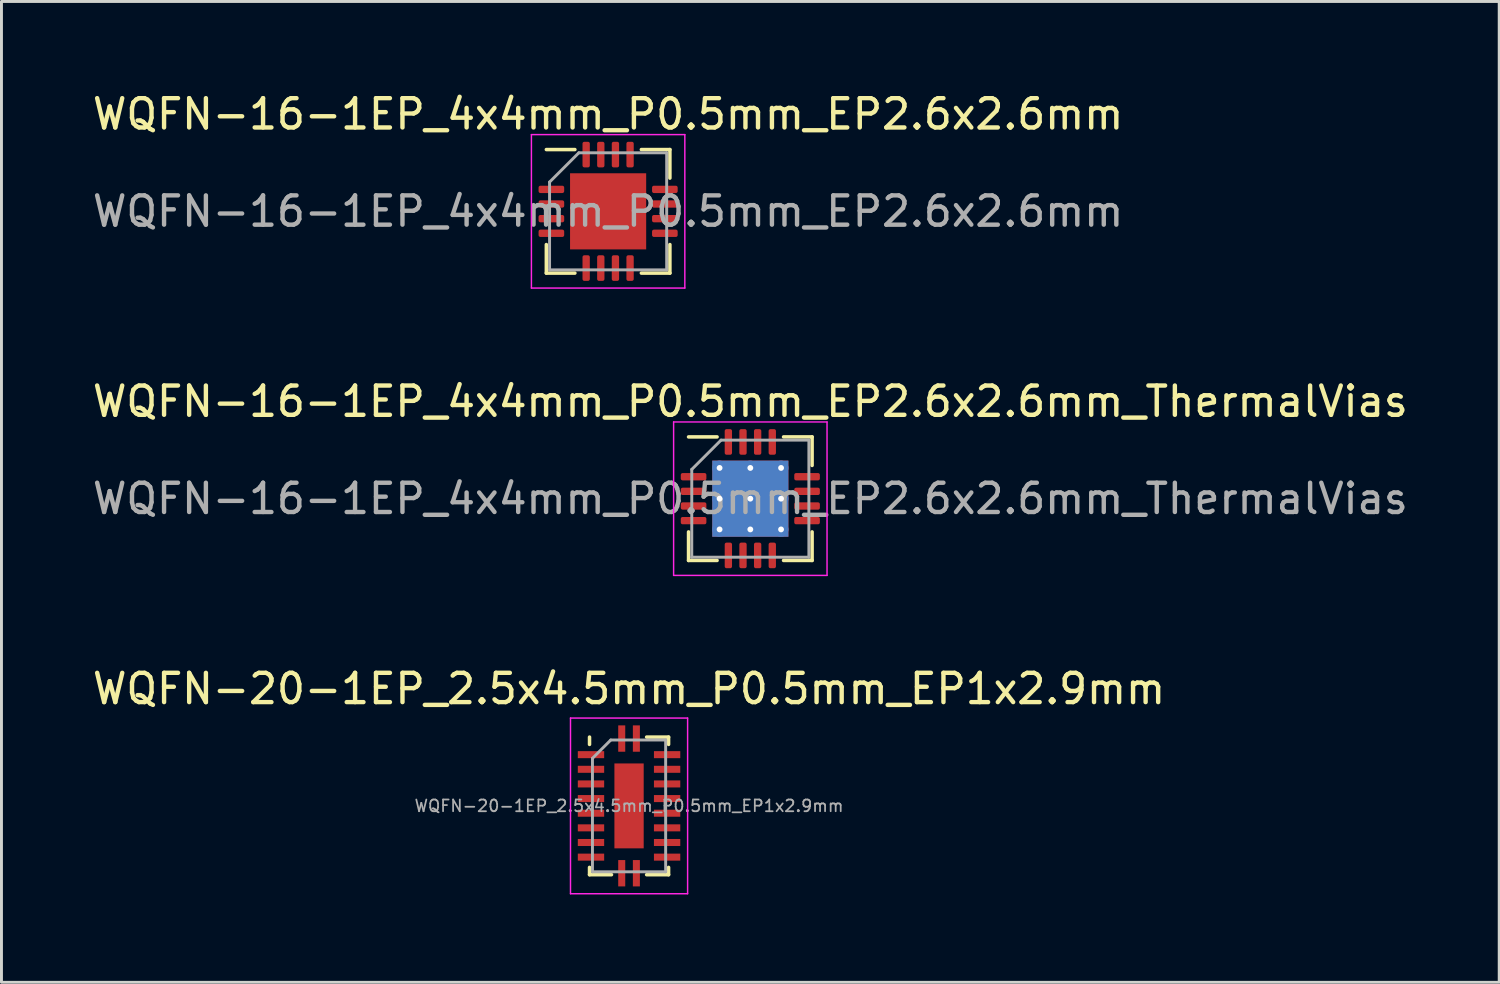
<source format=kicad_pcb>
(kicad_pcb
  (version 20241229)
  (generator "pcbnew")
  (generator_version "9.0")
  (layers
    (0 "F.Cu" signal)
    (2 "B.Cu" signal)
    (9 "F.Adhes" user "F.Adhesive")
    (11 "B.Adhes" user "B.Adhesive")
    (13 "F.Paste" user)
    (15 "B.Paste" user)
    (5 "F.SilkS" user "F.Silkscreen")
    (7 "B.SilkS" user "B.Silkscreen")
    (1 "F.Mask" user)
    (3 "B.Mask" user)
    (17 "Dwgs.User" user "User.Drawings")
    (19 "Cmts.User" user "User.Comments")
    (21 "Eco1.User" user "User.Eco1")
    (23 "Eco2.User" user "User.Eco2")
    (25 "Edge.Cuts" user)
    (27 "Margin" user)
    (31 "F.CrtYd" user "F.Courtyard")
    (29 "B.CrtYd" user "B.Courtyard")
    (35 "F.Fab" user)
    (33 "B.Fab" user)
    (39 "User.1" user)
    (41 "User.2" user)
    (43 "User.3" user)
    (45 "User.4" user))
  (footprint "WQFN-20-1EP_2.5x4.5mm_P0.5mm_EP1x2.9mm"
    (layer "F.Cu")
    (at 18.435 24.475)
    (property "Reference" "WQFN-20-1EP_2.5x4.5mm_P0.5mm_EP1x2.9mm" (at 0 -4 0) (layer "F.SilkS") (effects (font (size 1 1) (thickness 0.15))))
    (attr smd)
    (fp_line (start -1.35 -2.35) (end -1.35 -2.1) (stroke (width 0.12) (type solid)) (layer "F.SilkS"))
    (fp_line (start -1.35 2.35) (end -1.35 2.1) (stroke (width 0.12) (type solid)) (layer "F.SilkS"))
    (fp_line (start -0.6 2.35) (end -1.35 2.35) (stroke (width 0.12) (type solid)) (layer "F.SilkS"))
    (fp_line (start 0.6 -2.35) (end 1.35 -2.35) (stroke (width 0.12) (type solid)) (layer "F.SilkS"))
    (fp_line (start 0.6 2.35) (end 1.35 2.35) (stroke (width 0.12) (type solid)) (layer "F.SilkS"))
    (fp_line (start 1.35 -2.35) (end 1.35 -2.1) (stroke (width 0.12) (type solid)) (layer "F.SilkS"))
    (fp_line (start 1.35 2.35) (end 1.35 2.1) (stroke (width 0.12) (type solid)) (layer "F.SilkS"))
    (fp_line (start -2 -3) (end -2 3) (stroke (width 0.05) (type solid)) (layer "F.CrtYd"))
    (fp_line (start -2 -3) (end 2 -3) (stroke (width 0.05) (type solid)) (layer "F.CrtYd"))
    (fp_line (start -2 3) (end 2 3) (stroke (width 0.05) (type solid)) (layer "F.CrtYd"))
    (fp_line (start 2 -3) (end 2 3) (stroke (width 0.05) (type solid)) (layer "F.CrtYd"))
    (fp_line (start -1.25 -1.625) (end -1.25 2.25) (stroke (width 0.1) (type solid)) (layer "F.Fab"))
    (fp_line (start -1.25 -1.625) (end -0.625 -2.25) (stroke (width 0.1) (type solid)) (layer "F.Fab"))
    (fp_line (start -1.25 2.25) (end 1.25 2.25) (stroke (width 0.1) (type solid)) (layer "F.Fab"))
    (fp_line (start 1.25 -2.25) (end -0.625 -2.25) (stroke (width 0.1) (type solid)) (layer "F.Fab"))
    (fp_line (start 1.25 -2.25) (end 1.25 2.25) (stroke (width 0.1) (type solid)) (layer "F.Fab"))
    (fp_text user "${REFERENCE}" (at 0 0 0) (layer "F.Fab") (effects (font (size 0.4 0.4) (thickness 0.06))))
    (pad "" smd rect (at 0 -0.95 270) (size 0.8 0.8) (layers "F.Paste"))
    (pad "" smd rect (at 0 0 270) (size 0.8 0.8) (layers "F.Paste"))
    (pad "" smd rect (at 0 0.95 270) (size 0.8 0.8) (layers "F.Paste"))
    (pad "1" smd rect (at -0.25 -2.3 270) (size 0.9 0.24) (layers "F.Cu" "F.Mask" "F.Paste"))
    (pad "2" smd rect (at -1.3 -1.75) (size 0.9 0.24) (layers "F.Cu" "F.Mask" "F.Paste"))
    (pad "3" smd rect (at -1.3 -1.25) (size 0.9 0.24) (layers "F.Cu" "F.Mask" "F.Paste"))
    (pad "4" smd rect (at -1.3 -0.75) (size 0.9 0.24) (layers "F.Cu" "F.Mask" "F.Paste"))
    (pad "5" smd rect (at -1.3 -0.25) (size 0.9 0.24) (layers "F.Cu" "F.Mask" "F.Paste"))
    (pad "6" smd rect (at -1.3 0.25) (size 0.9 0.24) (layers "F.Cu" "F.Mask" "F.Paste"))
    (pad "7" smd rect (at -1.3 0.75) (size 0.9 0.24) (layers "F.Cu" "F.Mask" "F.Paste"))
    (pad "8" smd rect (at -1.3 1.25) (size 0.9 0.24) (layers "F.Cu" "F.Mask" "F.Paste"))
    (pad "9" smd rect (at -1.3 1.75) (size 0.9 0.24) (layers "F.Cu" "F.Mask" "F.Paste"))
    (pad "10" smd rect (at -0.25 2.3 270) (size 0.9 0.24) (layers "F.Cu" "F.Mask" "F.Paste"))
    (pad "11" smd rect (at 0.25 2.3 270) (size 0.9 0.24) (layers "F.Cu" "F.Mask" "F.Paste"))
    (pad "12" smd rect (at 1.3 1.75) (size 0.9 0.24) (layers "F.Cu" "F.Mask" "F.Paste"))
    (pad "13" smd rect (at 1.3 1.25) (size 0.9 0.24) (layers "F.Cu" "F.Mask" "F.Paste"))
    (pad "14" smd rect (at 1.3 0.75) (size 0.9 0.24) (layers "F.Cu" "F.Mask" "F.Paste"))
    (pad "15" smd rect (at 1.3 0.25) (size 0.9 0.24) (layers "F.Cu" "F.Mask" "F.Paste"))
    (pad "16" smd rect (at 1.3 -0.25) (size 0.9 0.24) (layers "F.Cu" "F.Mask" "F.Paste"))
    (pad "17" smd rect (at 1.3 -0.75) (size 0.9 0.24) (layers "F.Cu" "F.Mask" "F.Paste"))
    (pad "18" smd rect (at 1.3 -1.25) (size 0.9 0.24) (layers "F.Cu" "F.Mask" "F.Paste"))
    (pad "19" smd rect (at 1.3 -1.75) (size 0.9 0.24) (layers "F.Cu" "F.Mask" "F.Paste"))
    (pad "20" smd rect (at 0.25 -2.3 270) (size 0.9 0.24) (layers "F.Cu" "F.Mask" "F.Paste"))
    (pad "21" smd rect (at 0 0 270) (size 2.9 1) (layers "F.Cu" "F.Mask")))
  (footprint "WQFN-16-1EP_4x4mm_P0.5mm_EP2.6x2.6mm"
    (layer "F.Cu")
    (at 17.72 4.168)
    (property "Reference" "WQFN-16-1EP_4x4mm_P0.5mm_EP2.6x2.6mm" (at 0 -3.32 0) (layer "F.SilkS") (effects (font (size 1 1) (thickness 0.15))))
    (attr smd)
    (fp_line (start -2.11 2.11) (end -2.11 1.135) (stroke (width 0.12) (type solid)) (layer "F.SilkS"))
    (fp_line (start -1.135 -2.11) (end -2.11 -2.11) (stroke (width 0.12) (type solid)) (layer "F.SilkS"))
    (fp_line (start -1.135 2.11) (end -2.11 2.11) (stroke (width 0.12) (type solid)) (layer "F.SilkS"))
    (fp_line (start 1.135 -2.11) (end 2.11 -2.11) (stroke (width 0.12) (type solid)) (layer "F.SilkS"))
    (fp_line (start 1.135 2.11) (end 2.11 2.11) (stroke (width 0.12) (type solid)) (layer "F.SilkS"))
    (fp_line (start 2.11 -2.11) (end 2.11 -1.135) (stroke (width 0.12) (type solid)) (layer "F.SilkS"))
    (fp_line (start 2.11 2.11) (end 2.11 1.135) (stroke (width 0.12) (type solid)) (layer "F.SilkS"))
    (fp_line (start -2.62 -2.62) (end -2.62 2.62) (stroke (width 0.05) (type solid)) (layer "F.CrtYd"))
    (fp_line (start -2.62 2.62) (end 2.62 2.62) (stroke (width 0.05) (type solid)) (layer "F.CrtYd"))
    (fp_line (start 2.62 -2.62) (end -2.62 -2.62) (stroke (width 0.05) (type solid)) (layer "F.CrtYd"))
    (fp_line (start 2.62 2.62) (end 2.62 -2.62) (stroke (width 0.05) (type solid)) (layer "F.CrtYd"))
    (fp_line (start -2 -1) (end -1 -2) (stroke (width 0.1) (type solid)) (layer "F.Fab"))
    (fp_line (start -2 2) (end -2 -1) (stroke (width 0.1) (type solid)) (layer "F.Fab"))
    (fp_line (start -1 -2) (end 2 -2) (stroke (width 0.1) (type solid)) (layer "F.Fab"))
    (fp_line (start 2 -2) (end 2 2) (stroke (width 0.1) (type solid)) (layer "F.Fab"))
    (fp_line (start 2 2) (end -2 2) (stroke (width 0.1) (type solid)) (layer "F.Fab"))
    (fp_text user "${REFERENCE}" (at 0 0 0) (layer "F.Fab") (effects (font (size 1 1) (thickness 0.15))))
    (pad "" smd roundrect (at -0.65 -0.65) (size 1.05 1.05) (layers "F.Paste") (roundrect_rratio 0.238))
    (pad "" smd roundrect (at -0.65 0.65) (size 1.05 1.05) (layers "F.Paste") (roundrect_rratio 0.238))
    (pad "" smd roundrect (at 0.65 -0.65) (size 1.05 1.05) (layers "F.Paste") (roundrect_rratio 0.238))
    (pad "" smd roundrect (at 0.65 0.65) (size 1.05 1.05) (layers "F.Paste") (roundrect_rratio 0.238))
    (pad "1" smd roundrect (at -1.938 -0.75) (size 0.875 0.25) (layers "F.Cu" "F.Mask" "F.Paste") (roundrect_rratio 0.25))
    (pad "2" smd roundrect (at -1.938 -0.25) (size 0.875 0.25) (layers "F.Cu" "F.Mask" "F.Paste") (roundrect_rratio 0.25))
    (pad "3" smd roundrect (at -1.938 0.25) (size 0.875 0.25) (layers "F.Cu" "F.Mask" "F.Paste") (roundrect_rratio 0.25))
    (pad "4" smd roundrect (at -1.938 0.75) (size 0.875 0.25) (layers "F.Cu" "F.Mask" "F.Paste") (roundrect_rratio 0.25))
    (pad "5" smd roundrect (at -0.75 1.938) (size 0.25 0.875) (layers "F.Cu" "F.Mask" "F.Paste") (roundrect_rratio 0.25))
    (pad "6" smd roundrect (at -0.25 1.938) (size 0.25 0.875) (layers "F.Cu" "F.Mask" "F.Paste") (roundrect_rratio 0.25))
    (pad "7" smd roundrect (at 0.25 1.938) (size 0.25 0.875) (layers "F.Cu" "F.Mask" "F.Paste") (roundrect_rratio 0.25))
    (pad "8" smd roundrect (at 0.75 1.938) (size 0.25 0.875) (layers "F.Cu" "F.Mask" "F.Paste") (roundrect_rratio 0.25))
    (pad "9" smd roundrect (at 1.938 0.75) (size 0.875 0.25) (layers "F.Cu" "F.Mask" "F.Paste") (roundrect_rratio 0.25))
    (pad "10" smd roundrect (at 1.938 0.25) (size 0.875 0.25) (layers "F.Cu" "F.Mask" "F.Paste") (roundrect_rratio 0.25))
    (pad "11" smd roundrect (at 1.938 -0.25) (size 0.875 0.25) (layers "F.Cu" "F.Mask" "F.Paste") (roundrect_rratio 0.25))
    (pad "12" smd roundrect (at 1.938 -0.75) (size 0.875 0.25) (layers "F.Cu" "F.Mask" "F.Paste") (roundrect_rratio 0.25))
    (pad "13" smd roundrect (at 0.75 -1.938) (size 0.25 0.875) (layers "F.Cu" "F.Mask" "F.Paste") (roundrect_rratio 0.25))
    (pad "14" smd roundrect (at 0.25 -1.938) (size 0.25 0.875) (layers "F.Cu" "F.Mask" "F.Paste") (roundrect_rratio 0.25))
    (pad "15" smd roundrect (at -0.25 -1.938) (size 0.25 0.875) (layers "F.Cu" "F.Mask" "F.Paste") (roundrect_rratio 0.25))
    (pad "16" smd roundrect (at -0.75 -1.938) (size 0.25 0.875) (layers "F.Cu" "F.Mask" "F.Paste") (roundrect_rratio 0.25))
    (pad "17" smd rect (at 0 0) (size 2.6 2.6) (layers "F.Cu" "F.Mask")))
  (footprint "WQFN-16-1EP_4x4mm_P0.5mm_EP2.6x2.6mm_ThermalVias"
    (layer "F.Cu")
    (at 22.577 13.982)
    (property "Reference" "WQFN-16-1EP_4x4mm_P0.5mm_EP2.6x2.6mm_ThermalVias" (at 0 -3.32 0) (layer "F.SilkS") (effects (font (size 1 1) (thickness 0.15))))
    (attr smd)
    (fp_line (start -2.11 2.11) (end -2.11 1.135) (stroke (width 0.12) (type solid)) (layer "F.SilkS"))
    (fp_line (start -1.135 -2.11) (end -2.11 -2.11) (stroke (width 0.12) (type solid)) (layer "F.SilkS"))
    (fp_line (start -1.135 2.11) (end -2.11 2.11) (stroke (width 0.12) (type solid)) (layer "F.SilkS"))
    (fp_line (start 1.135 -2.11) (end 2.11 -2.11) (stroke (width 0.12) (type solid)) (layer "F.SilkS"))
    (fp_line (start 1.135 2.11) (end 2.11 2.11) (stroke (width 0.12) (type solid)) (layer "F.SilkS"))
    (fp_line (start 2.11 -2.11) (end 2.11 -1.135) (stroke (width 0.12) (type solid)) (layer "F.SilkS"))
    (fp_line (start 2.11 2.11) (end 2.11 1.135) (stroke (width 0.12) (type solid)) (layer "F.SilkS"))
    (fp_line (start -2.62 -2.62) (end -2.62 2.62) (stroke (width 0.05) (type solid)) (layer "F.CrtYd"))
    (fp_line (start -2.62 2.62) (end 2.62 2.62) (stroke (width 0.05) (type solid)) (layer "F.CrtYd"))
    (fp_line (start 2.62 -2.62) (end -2.62 -2.62) (stroke (width 0.05) (type solid)) (layer "F.CrtYd"))
    (fp_line (start 2.62 2.62) (end 2.62 -2.62) (stroke (width 0.05) (type solid)) (layer "F.CrtYd"))
    (fp_line (start -2 -1) (end -1 -2) (stroke (width 0.1) (type solid)) (layer "F.Fab"))
    (fp_line (start -2 2) (end -2 -1) (stroke (width 0.1) (type solid)) (layer "F.Fab"))
    (fp_line (start -1 -2) (end 2 -2) (stroke (width 0.1) (type solid)) (layer "F.Fab"))
    (fp_line (start 2 -2) (end 2 2) (stroke (width 0.1) (type solid)) (layer "F.Fab"))
    (fp_line (start 2 2) (end -2 2) (stroke (width 0.1) (type solid)) (layer "F.Fab"))
    (fp_text user "${REFERENCE}" (at 0 0 0) (layer "F.Fab") (effects (font (size 1 1) (thickness 0.15))))
    (pad "" smd roundrect (at -0.65 -0.65) (size 1.13 1.13) (layers "F.Paste") (roundrect_rratio 0.221))
    (pad "" smd roundrect (at -0.65 0.65) (size 1.13 1.13) (layers "F.Paste") (roundrect_rratio 0.221))
    (pad "" smd roundrect (at 0.65 -0.65) (size 1.13 1.13) (layers "F.Paste") (roundrect_rratio 0.221))
    (pad "" smd roundrect (at 0.65 0.65) (size 1.13 1.13) (layers "F.Paste") (roundrect_rratio 0.221))
    (pad "1" smd roundrect (at -1.938 -0.75) (size 0.875 0.25) (layers "F.Cu" "F.Mask" "F.Paste") (roundrect_rratio 0.25))
    (pad "2" smd roundrect (at -1.938 -0.25) (size 0.875 0.25) (layers "F.Cu" "F.Mask" "F.Paste") (roundrect_rratio 0.25))
    (pad "3" smd roundrect (at -1.938 0.25) (size 0.875 0.25) (layers "F.Cu" "F.Mask" "F.Paste") (roundrect_rratio 0.25))
    (pad "4" smd roundrect (at -1.938 0.75) (size 0.875 0.25) (layers "F.Cu" "F.Mask" "F.Paste") (roundrect_rratio 0.25))
    (pad "5" smd roundrect (at -0.75 1.938) (size 0.25 0.875) (layers "F.Cu" "F.Mask" "F.Paste") (roundrect_rratio 0.25))
    (pad "6" smd roundrect (at -0.25 1.938) (size 0.25 0.875) (layers "F.Cu" "F.Mask" "F.Paste") (roundrect_rratio 0.25))
    (pad "7" smd roundrect (at 0.25 1.938) (size 0.25 0.875) (layers "F.Cu" "F.Mask" "F.Paste") (roundrect_rratio 0.25))
    (pad "8" smd roundrect (at 0.75 1.938) (size 0.25 0.875) (layers "F.Cu" "F.Mask" "F.Paste") (roundrect_rratio 0.25))
    (pad "9" smd roundrect (at 1.938 0.75) (size 0.875 0.25) (layers "F.Cu" "F.Mask" "F.Paste") (roundrect_rratio 0.25))
    (pad "10" smd roundrect (at 1.938 0.25) (size 0.875 0.25) (layers "F.Cu" "F.Mask" "F.Paste") (roundrect_rratio 0.25))
    (pad "11" smd roundrect (at 1.938 -0.25) (size 0.875 0.25) (layers "F.Cu" "F.Mask" "F.Paste") (roundrect_rratio 0.25))
    (pad "12" smd roundrect (at 1.938 -0.75) (size 0.875 0.25) (layers "F.Cu" "F.Mask" "F.Paste") (roundrect_rratio 0.25))
    (pad "13" smd roundrect (at 0.75 -1.938) (size 0.25 0.875) (layers "F.Cu" "F.Mask" "F.Paste") (roundrect_rratio 0.25))
    (pad "14" smd roundrect (at 0.25 -1.938) (size 0.25 0.875) (layers "F.Cu" "F.Mask" "F.Paste") (roundrect_rratio 0.25))
    (pad "15" smd roundrect (at -0.25 -1.938) (size 0.25 0.875) (layers "F.Cu" "F.Mask" "F.Paste") (roundrect_rratio 0.25))
    (pad "16" smd roundrect (at -0.75 -1.938) (size 0.25 0.875) (layers "F.Cu" "F.Mask" "F.Paste") (roundrect_rratio 0.25))
    (pad "17" thru_hole circle (at -1.05 -1.05) (size 0.5 0.5) (drill 0.2) (layers "*.Cu"))
    (pad "17" thru_hole circle (at -1.05 0) (size 0.5 0.5) (drill 0.2) (layers "*.Cu"))
    (pad "17" thru_hole circle (at -1.05 1.05) (size 0.5 0.5) (drill 0.2) (layers "*.Cu"))
    (pad "17" thru_hole circle (at 0 -1.05) (size 0.5 0.5) (drill 0.2) (layers "*.Cu"))
    (pad "17" thru_hole circle (at 0 0) (size 0.5 0.5) (drill 0.2) (layers "*.Cu"))
    (pad "17" smd rect (at 0 0) (size 2.6 2.6) (layers "F.Cu" "F.Mask"))
    (pad "17" smd rect (at 0 0) (size 2.6 2.6) (layers "B.Cu"))
    (pad "17" thru_hole circle (at 0 1.05) (size 0.5 0.5) (drill 0.2) (layers "*.Cu"))
    (pad "17" thru_hole circle (at 1.05 -1.05) (size 0.5 0.5) (drill 0.2) (layers "*.Cu"))
    (pad "17" thru_hole circle (at 1.05 0) (size 0.5 0.5) (drill 0.2) (layers "*.Cu"))
    (pad "17" thru_hole circle (at 1.05 1.05) (size 0.5 0.5) (drill 0.2) (layers "*.Cu")))
  (gr_rect
    (start -3 -3)
    (end 48.155 30.5)
    (stroke (width 0.1) (type default))
    (fill no)
    (layer "Edge.Cuts")))
</source>
